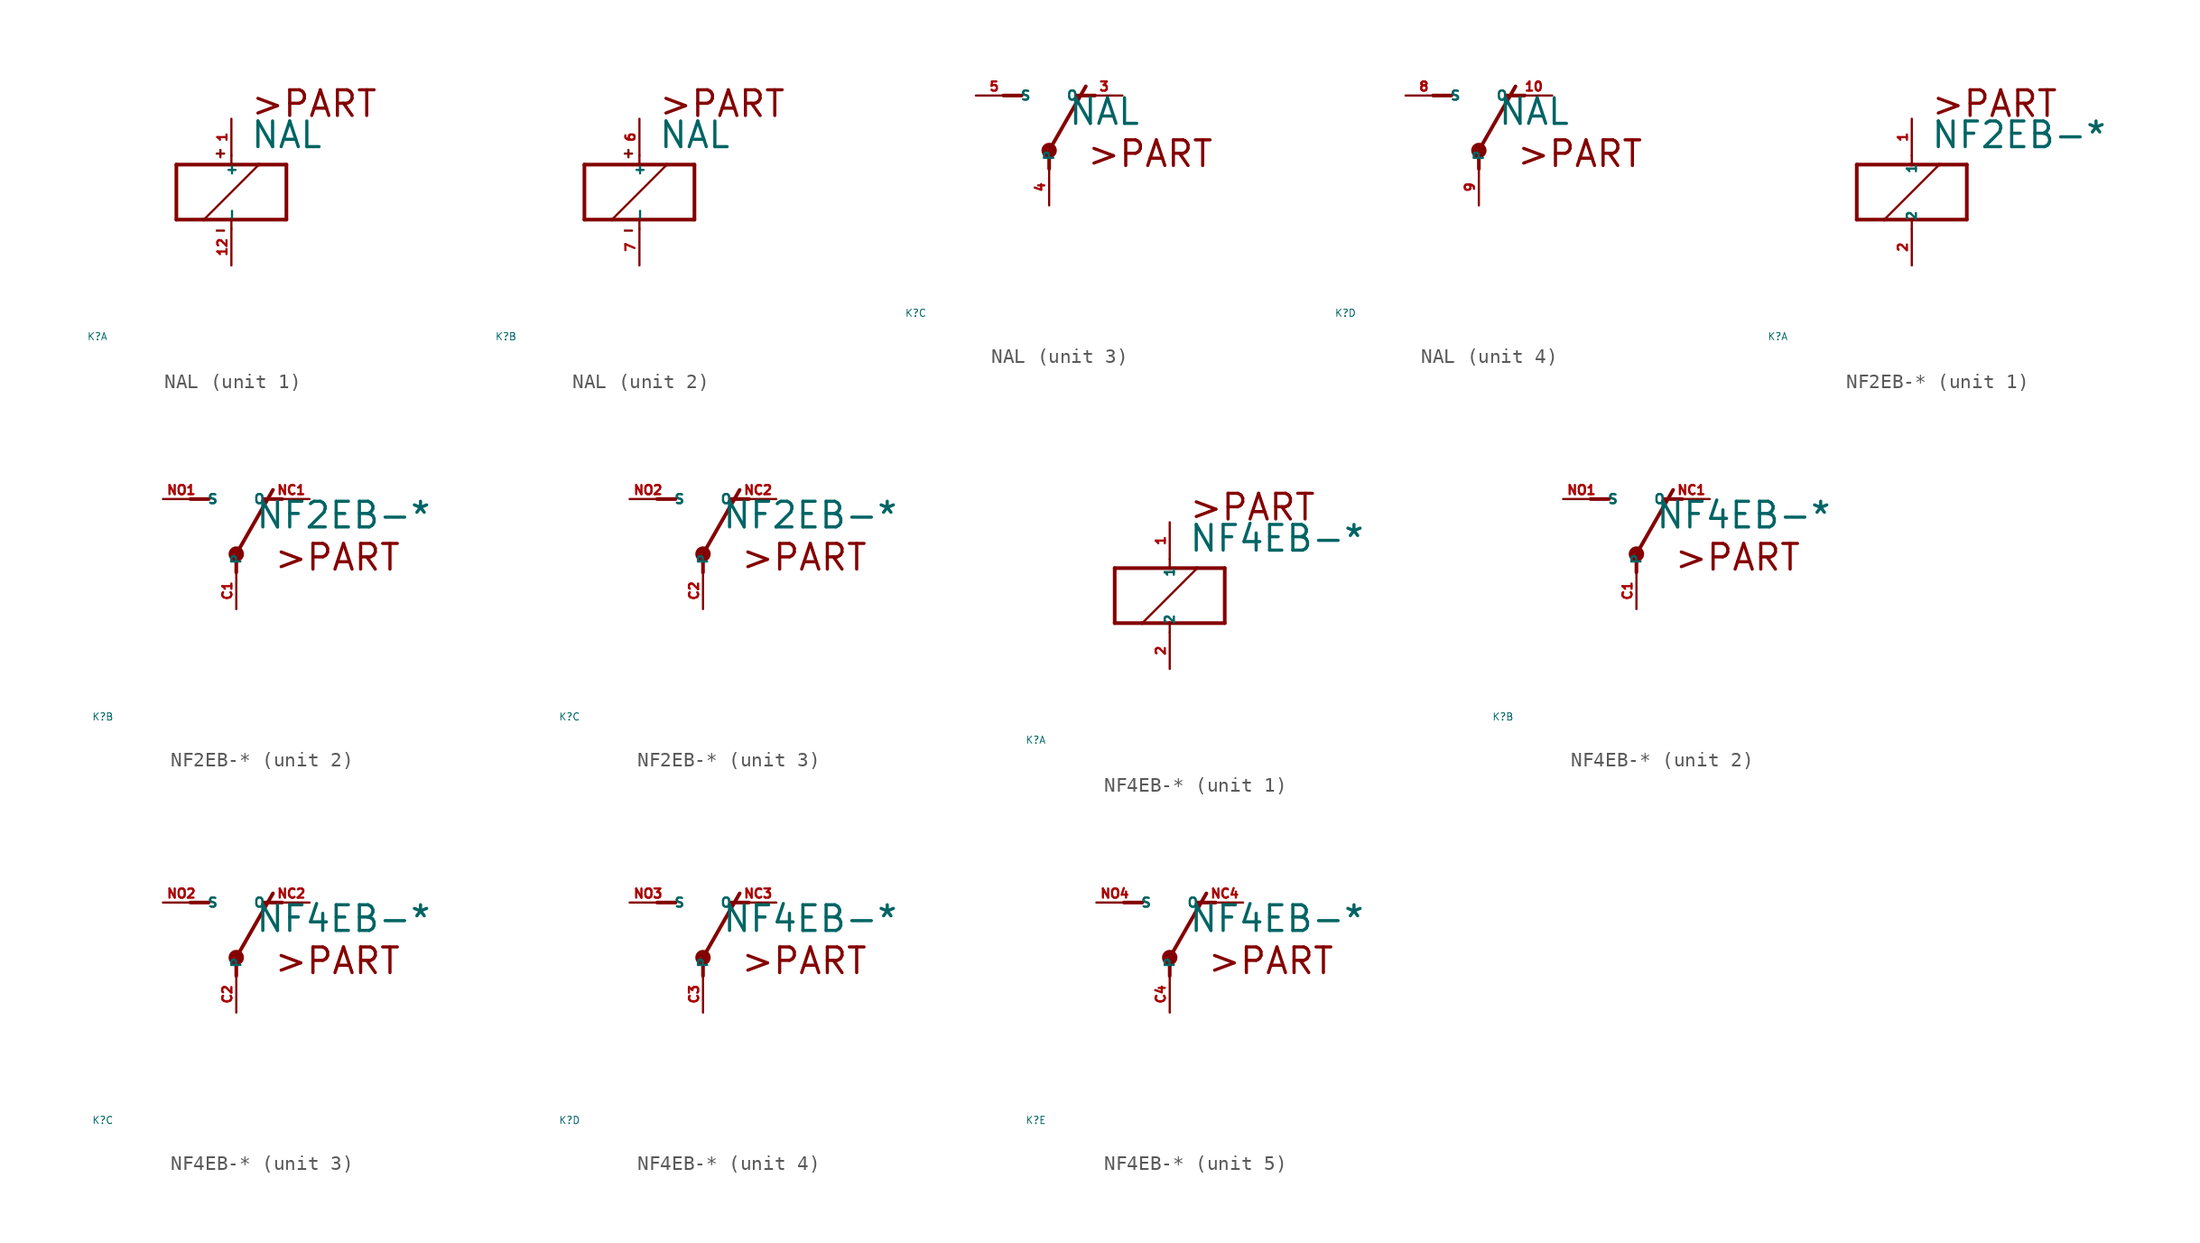
<source format=kicad_sym>
(kicad_symbol_lib
  (version 20220914)
  (generator Eagle2Kicad)
  (symbol "NAL"
    (property "Reference" "K"
      (at -10 -10 0)
      (effects (font (size 0.5 0.5) (thickness 0.06)) (justify left)))
    (property "Value" "NAL"
      (at 1.27 2.921 0)
      (effects (font (size 1.778 1.778) (thickness 0.22)) (justify left bottom)))
    (symbol "NAL_1_0"
      (polyline (pts (xy -3.81 -1.905) (xy -1.905 -1.905)) (stroke (width 0.254) (type default)) (fill (type none)))
      (polyline (pts (xy 3.81 -1.905) (xy 3.81 1.905)) (stroke (width 0.254) (type default)) (fill (type none)))
      (polyline (pts (xy 3.81 1.905) (xy 1.905 1.905)) (stroke (width 0.254) (type default)) (fill (type none)))
      (polyline (pts (xy -3.81 1.905) (xy -3.81 -1.905)) (stroke (width 0.254) (type default)) (fill (type none)))
      (polyline (pts (xy 0 -2.54) (xy 0 -1.905)) (stroke (width 0.152) (type default)) (fill (type none)))
      (polyline (pts (xy 0 -1.905) (xy 3.81 -1.905)) (stroke (width 0.254) (type default)) (fill (type none)))
      (polyline (pts (xy 0 2.54) (xy 0 1.905)) (stroke (width 0.152) (type default)) (fill (type none)))
      (polyline (pts (xy 0 1.905) (xy -3.81 1.905)) (stroke (width 0.254) (type default)) (fill (type none)))
      (polyline (pts (xy -1.905 -1.905) (xy 1.905 1.905)) (stroke (width 0.152) (type default)) (fill (type none)))
      (polyline (pts (xy -1.905 -1.905) (xy 0 -1.905)) (stroke (width 0.254) (type default)) (fill (type none)))
      (polyline (pts (xy 1.905 1.905) (xy 0 1.905)) (stroke (width 0.254) (type default)) (fill (type none)))
      (polyline (pts (xy -1.016 2.667) (xy -0.508 2.667)) (stroke (width 0.152) (type default)) (fill (type none)))
      (polyline (pts (xy -0.762 2.921) (xy -0.762 2.413)) (stroke (width 0.152) (type default)) (fill (type none)))
      (polyline (pts (xy -1.016 -2.667) (xy -0.508 -2.667)) (stroke (width 0.152) (type default)) (fill (type none)))
      (text ">PART" (at 1.27 5.08 0) (effects (font (size 1.778 1.778) (thickness 0.22)) (justify left bottom)))
      (pin passive line (at 0 -5.08 90) (length 2.54) (name "-" (effects (font (size 0.635 0.635) (thickness 0.08)) (justify left bottom))) (number "12" (effects (font (size 0.635 0.635) (thickness 0.08)) (justify left bottom))))
      (pin passive line (at 0 5.08 270) (length 2.54) (name "+" (effects (font (size 0.635 0.635) (thickness 0.08)) (justify left bottom))) (number "1" (effects (font (size 0.635 0.635) (thickness 0.08)) (justify left bottom)))))
    (symbol "NAL_2_0"
      (polyline (pts (xy -3.81 -1.905) (xy -1.905 -1.905)) (stroke (width 0.254) (type default)) (fill (type none)))
      (polyline (pts (xy 3.81 -1.905) (xy 3.81 1.905)) (stroke (width 0.254) (type default)) (fill (type none)))
      (polyline (pts (xy 3.81 1.905) (xy 1.905 1.905)) (stroke (width 0.254) (type default)) (fill (type none)))
      (polyline (pts (xy -3.81 1.905) (xy -3.81 -1.905)) (stroke (width 0.254) (type default)) (fill (type none)))
      (polyline (pts (xy 0 -2.54) (xy 0 -1.905)) (stroke (width 0.152) (type default)) (fill (type none)))
      (polyline (pts (xy 0 -1.905) (xy 3.81 -1.905)) (stroke (width 0.254) (type default)) (fill (type none)))
      (polyline (pts (xy 0 2.54) (xy 0 1.905)) (stroke (width 0.152) (type default)) (fill (type none)))
      (polyline (pts (xy 0 1.905) (xy -3.81 1.905)) (stroke (width 0.254) (type default)) (fill (type none)))
      (polyline (pts (xy -1.905 -1.905) (xy 1.905 1.905)) (stroke (width 0.152) (type default)) (fill (type none)))
      (polyline (pts (xy -1.905 -1.905) (xy 0 -1.905)) (stroke (width 0.254) (type default)) (fill (type none)))
      (polyline (pts (xy 1.905 1.905) (xy 0 1.905)) (stroke (width 0.254) (type default)) (fill (type none)))
      (polyline (pts (xy -1.016 2.667) (xy -0.508 2.667)) (stroke (width 0.152) (type default)) (fill (type none)))
      (polyline (pts (xy -0.762 2.921) (xy -0.762 2.413)) (stroke (width 0.152) (type default)) (fill (type none)))
      (polyline (pts (xy -1.016 -2.667) (xy -0.508 -2.667)) (stroke (width 0.152) (type default)) (fill (type none)))
      (text ">PART" (at 1.27 5.08 0) (effects (font (size 1.778 1.778) (thickness 0.22)) (justify left bottom)))
      (pin passive line (at 0 -5.08 90) (length 2.54) (name "-" (effects (font (size 0.635 0.635) (thickness 0.08)) (justify left bottom))) (number "7" (effects (font (size 0.635 0.635) (thickness 0.08)) (justify left bottom))))
      (pin passive line (at 0 5.08 270) (length 2.54) (name "+" (effects (font (size 0.635 0.635) (thickness 0.08)) (justify left bottom))) (number "6" (effects (font (size 0.635 0.635) (thickness 0.08)) (justify left bottom)))))
    (symbol "NAL_3_0"
      (polyline (pts (xy 3.175 5.08) (xy 1.905 5.08)) (stroke (width 0.254) (type default)) (fill (type none)))
      (polyline (pts (xy -3.175 5.08) (xy -1.905 5.08)) (stroke (width 0.254) (type default)) (fill (type none)))
      (polyline (pts (xy 0 1.27) (xy 2.54 5.715)) (stroke (width 0.254) (type default)) (fill (type none)))
      (polyline (pts (xy 0 1.27) (xy 0 0)) (stroke (width 0.254) (type default)) (fill (type none)))
      (text ">PART" (at 2.54 0 0) (effects (font (size 1.778 1.778) (thickness 0.22)) (justify left bottom)))
      (circle (center 0 1.27) (radius 0.127) (stroke (width 0.406) (type default)) (fill (type none)))
      (pin passive line (at 5.08 5.08 180) (length 2.54) (name "O" (effects (font (size 0.635 0.635) (thickness 0.08)) (justify left bottom))) (number "3" (effects (font (size 0.635 0.635) (thickness 0.08)) (justify left bottom))))
      (pin passive line (at -5.08 5.08 0) (length 2.54) (name "S" (effects (font (size 0.635 0.635) (thickness 0.08)) (justify left bottom))) (number "5" (effects (font (size 0.635 0.635) (thickness 0.08)) (justify left bottom))))
      (pin passive line (at 0 -2.54 90) (length 2.54) (name "P" (effects (font (size 0.635 0.635) (thickness 0.08)) (justify left bottom))) (number "4" (effects (font (size 0.635 0.635) (thickness 0.08)) (justify left bottom)))))
    (symbol "NAL_4_0"
      (polyline (pts (xy 3.175 5.08) (xy 1.905 5.08)) (stroke (width 0.254) (type default)) (fill (type none)))
      (polyline (pts (xy -3.175 5.08) (xy -1.905 5.08)) (stroke (width 0.254) (type default)) (fill (type none)))
      (polyline (pts (xy 0 1.27) (xy 2.54 5.715)) (stroke (width 0.254) (type default)) (fill (type none)))
      (polyline (pts (xy 0 1.27) (xy 0 0)) (stroke (width 0.254) (type default)) (fill (type none)))
      (text ">PART" (at 2.54 0 0) (effects (font (size 1.778 1.778) (thickness 0.22)) (justify left bottom)))
      (circle (center 0 1.27) (radius 0.127) (stroke (width 0.406) (type default)) (fill (type none)))
      (pin passive line (at 5.08 5.08 180) (length 2.54) (name "O" (effects (font (size 0.635 0.635) (thickness 0.08)) (justify left bottom))) (number "10" (effects (font (size 0.635 0.635) (thickness 0.08)) (justify left bottom))))
      (pin passive line (at -5.08 5.08 0) (length 2.54) (name "S" (effects (font (size 0.635 0.635) (thickness 0.08)) (justify left bottom))) (number "8" (effects (font (size 0.635 0.635) (thickness 0.08)) (justify left bottom))))
      (pin passive line (at 0 -2.54 90) (length 2.54) (name "P" (effects (font (size 0.635 0.635) (thickness 0.08)) (justify left bottom))) (number "9" (effects (font (size 0.635 0.635) (thickness 0.08)) (justify left bottom))))))
  (symbol "NF2EB-*"
    (property "Reference" "K"
      (at -10 -10 0)
      (effects (font (size 0.5 0.5) (thickness 0.06)) (justify left)))
    (property "Value" "NF2EB-*"
      (at 1.27 2.921 0)
      (effects (font (size 1.778 1.778) (thickness 0.22)) (justify left bottom)))
    (symbol "NF2EB-*_1_0"
      (polyline (pts (xy -3.81 -1.905) (xy -1.905 -1.905)) (stroke (width 0.254) (type default)) (fill (type none)))
      (polyline (pts (xy 3.81 -1.905) (xy 3.81 1.905)) (stroke (width 0.254) (type default)) (fill (type none)))
      (polyline (pts (xy 3.81 1.905) (xy 1.905 1.905)) (stroke (width 0.254) (type default)) (fill (type none)))
      (polyline (pts (xy -3.81 1.905) (xy -3.81 -1.905)) (stroke (width 0.254) (type default)) (fill (type none)))
      (polyline (pts (xy 0 -2.54) (xy 0 -1.905)) (stroke (width 0.152) (type default)) (fill (type none)))
      (polyline (pts (xy 0 -1.905) (xy 3.81 -1.905)) (stroke (width 0.254) (type default)) (fill (type none)))
      (polyline (pts (xy 0 2.54) (xy 0 1.905)) (stroke (width 0.152) (type default)) (fill (type none)))
      (polyline (pts (xy 0 1.905) (xy -3.81 1.905)) (stroke (width 0.254) (type default)) (fill (type none)))
      (polyline (pts (xy -1.905 -1.905) (xy 1.905 1.905)) (stroke (width 0.152) (type default)) (fill (type none)))
      (polyline (pts (xy -1.905 -1.905) (xy 0 -1.905)) (stroke (width 0.254) (type default)) (fill (type none)))
      (polyline (pts (xy 1.905 1.905) (xy 0 1.905)) (stroke (width 0.254) (type default)) (fill (type none)))
      (text ">PART" (at 1.27 5.08 0) (effects (font (size 1.778 1.778) (thickness 0.22)) (justify left bottom)))
      (pin passive line (at 0 -5.08 90) (length 2.54) (name "2" (effects (font (size 0.635 0.635) (thickness 0.08)) (justify left bottom))) (number "2" (effects (font (size 0.635 0.635) (thickness 0.08)) (justify left bottom))))
      (pin passive line (at 0 5.08 270) (length 2.54) (name "1" (effects (font (size 0.635 0.635) (thickness 0.08)) (justify left bottom))) (number "1" (effects (font (size 0.635 0.635) (thickness 0.08)) (justify left bottom)))))
    (symbol "NF2EB-*_2_0"
      (polyline (pts (xy 3.175 5.08) (xy 1.905 5.08)) (stroke (width 0.254) (type default)) (fill (type none)))
      (polyline (pts (xy -3.175 5.08) (xy -1.905 5.08)) (stroke (width 0.254) (type default)) (fill (type none)))
      (polyline (pts (xy 0 1.27) (xy 2.54 5.715)) (stroke (width 0.254) (type default)) (fill (type none)))
      (polyline (pts (xy 0 1.27) (xy 0 0)) (stroke (width 0.254) (type default)) (fill (type none)))
      (text ">PART" (at 2.54 0 0) (effects (font (size 1.778 1.778) (thickness 0.22)) (justify left bottom)))
      (circle (center 0 1.27) (radius 0.127) (stroke (width 0.406) (type default)) (fill (type none)))
      (pin passive line (at 5.08 5.08 180) (length 2.54) (name "O" (effects (font (size 0.635 0.635) (thickness 0.08)) (justify left bottom))) (number "NC1" (effects (font (size 0.635 0.635) (thickness 0.08)) (justify left bottom))))
      (pin passive line (at -5.08 5.08 0) (length 2.54) (name "S" (effects (font (size 0.635 0.635) (thickness 0.08)) (justify left bottom))) (number "NO1" (effects (font (size 0.635 0.635) (thickness 0.08)) (justify left bottom))))
      (pin passive line (at 0 -2.54 90) (length 2.54) (name "P" (effects (font (size 0.635 0.635) (thickness 0.08)) (justify left bottom))) (number "C1" (effects (font (size 0.635 0.635) (thickness 0.08)) (justify left bottom)))))
    (symbol "NF2EB-*_3_0"
      (polyline (pts (xy 3.175 5.08) (xy 1.905 5.08)) (stroke (width 0.254) (type default)) (fill (type none)))
      (polyline (pts (xy -3.175 5.08) (xy -1.905 5.08)) (stroke (width 0.254) (type default)) (fill (type none)))
      (polyline (pts (xy 0 1.27) (xy 2.54 5.715)) (stroke (width 0.254) (type default)) (fill (type none)))
      (polyline (pts (xy 0 1.27) (xy 0 0)) (stroke (width 0.254) (type default)) (fill (type none)))
      (text ">PART" (at 2.54 0 0) (effects (font (size 1.778 1.778) (thickness 0.22)) (justify left bottom)))
      (circle (center 0 1.27) (radius 0.127) (stroke (width 0.406) (type default)) (fill (type none)))
      (pin passive line (at 5.08 5.08 180) (length 2.54) (name "O" (effects (font (size 0.635 0.635) (thickness 0.08)) (justify left bottom))) (number "NC2" (effects (font (size 0.635 0.635) (thickness 0.08)) (justify left bottom))))
      (pin passive line (at -5.08 5.08 0) (length 2.54) (name "S" (effects (font (size 0.635 0.635) (thickness 0.08)) (justify left bottom))) (number "NO2" (effects (font (size 0.635 0.635) (thickness 0.08)) (justify left bottom))))
      (pin passive line (at 0 -2.54 90) (length 2.54) (name "P" (effects (font (size 0.635 0.635) (thickness 0.08)) (justify left bottom))) (number "C2" (effects (font (size 0.635 0.635) (thickness 0.08)) (justify left bottom))))))
  (symbol "NF4EB-*"
    (property "Reference" "K"
      (at -10 -10 0)
      (effects (font (size 0.5 0.5) (thickness 0.06)) (justify left)))
    (property "Value" "NF4EB-*"
      (at 1.27 2.921 0)
      (effects (font (size 1.778 1.778) (thickness 0.22)) (justify left bottom)))
    (symbol "NF4EB-*_1_0"
      (polyline (pts (xy -3.81 -1.905) (xy -1.905 -1.905)) (stroke (width 0.254) (type default)) (fill (type none)))
      (polyline (pts (xy 3.81 -1.905) (xy 3.81 1.905)) (stroke (width 0.254) (type default)) (fill (type none)))
      (polyline (pts (xy 3.81 1.905) (xy 1.905 1.905)) (stroke (width 0.254) (type default)) (fill (type none)))
      (polyline (pts (xy -3.81 1.905) (xy -3.81 -1.905)) (stroke (width 0.254) (type default)) (fill (type none)))
      (polyline (pts (xy 0 -2.54) (xy 0 -1.905)) (stroke (width 0.152) (type default)) (fill (type none)))
      (polyline (pts (xy 0 -1.905) (xy 3.81 -1.905)) (stroke (width 0.254) (type default)) (fill (type none)))
      (polyline (pts (xy 0 2.54) (xy 0 1.905)) (stroke (width 0.152) (type default)) (fill (type none)))
      (polyline (pts (xy 0 1.905) (xy -3.81 1.905)) (stroke (width 0.254) (type default)) (fill (type none)))
      (polyline (pts (xy -1.905 -1.905) (xy 1.905 1.905)) (stroke (width 0.152) (type default)) (fill (type none)))
      (polyline (pts (xy -1.905 -1.905) (xy 0 -1.905)) (stroke (width 0.254) (type default)) (fill (type none)))
      (polyline (pts (xy 1.905 1.905) (xy 0 1.905)) (stroke (width 0.254) (type default)) (fill (type none)))
      (text ">PART" (at 1.27 5.08 0) (effects (font (size 1.778 1.778) (thickness 0.22)) (justify left bottom)))
      (pin passive line (at 0 -5.08 90) (length 2.54) (name "2" (effects (font (size 0.635 0.635) (thickness 0.08)) (justify left bottom))) (number "2" (effects (font (size 0.635 0.635) (thickness 0.08)) (justify left bottom))))
      (pin passive line (at 0 5.08 270) (length 2.54) (name "1" (effects (font (size 0.635 0.635) (thickness 0.08)) (justify left bottom))) (number "1" (effects (font (size 0.635 0.635) (thickness 0.08)) (justify left bottom)))))
    (symbol "NF4EB-*_2_0"
      (polyline (pts (xy 3.175 5.08) (xy 1.905 5.08)) (stroke (width 0.254) (type default)) (fill (type none)))
      (polyline (pts (xy -3.175 5.08) (xy -1.905 5.08)) (stroke (width 0.254) (type default)) (fill (type none)))
      (polyline (pts (xy 0 1.27) (xy 2.54 5.715)) (stroke (width 0.254) (type default)) (fill (type none)))
      (polyline (pts (xy 0 1.27) (xy 0 0)) (stroke (width 0.254) (type default)) (fill (type none)))
      (text ">PART" (at 2.54 0 0) (effects (font (size 1.778 1.778) (thickness 0.22)) (justify left bottom)))
      (circle (center 0 1.27) (radius 0.127) (stroke (width 0.406) (type default)) (fill (type none)))
      (pin passive line (at 5.08 5.08 180) (length 2.54) (name "O" (effects (font (size 0.635 0.635) (thickness 0.08)) (justify left bottom))) (number "NC1" (effects (font (size 0.635 0.635) (thickness 0.08)) (justify left bottom))))
      (pin passive line (at -5.08 5.08 0) (length 2.54) (name "S" (effects (font (size 0.635 0.635) (thickness 0.08)) (justify left bottom))) (number "NO1" (effects (font (size 0.635 0.635) (thickness 0.08)) (justify left bottom))))
      (pin passive line (at 0 -2.54 90) (length 2.54) (name "P" (effects (font (size 0.635 0.635) (thickness 0.08)) (justify left bottom))) (number "C1" (effects (font (size 0.635 0.635) (thickness 0.08)) (justify left bottom)))))
    (symbol "NF4EB-*_3_0"
      (polyline (pts (xy 3.175 5.08) (xy 1.905 5.08)) (stroke (width 0.254) (type default)) (fill (type none)))
      (polyline (pts (xy -3.175 5.08) (xy -1.905 5.08)) (stroke (width 0.254) (type default)) (fill (type none)))
      (polyline (pts (xy 0 1.27) (xy 2.54 5.715)) (stroke (width 0.254) (type default)) (fill (type none)))
      (polyline (pts (xy 0 1.27) (xy 0 0)) (stroke (width 0.254) (type default)) (fill (type none)))
      (text ">PART" (at 2.54 0 0) (effects (font (size 1.778 1.778) (thickness 0.22)) (justify left bottom)))
      (circle (center 0 1.27) (radius 0.127) (stroke (width 0.406) (type default)) (fill (type none)))
      (pin passive line (at 5.08 5.08 180) (length 2.54) (name "O" (effects (font (size 0.635 0.635) (thickness 0.08)) (justify left bottom))) (number "NC2" (effects (font (size 0.635 0.635) (thickness 0.08)) (justify left bottom))))
      (pin passive line (at -5.08 5.08 0) (length 2.54) (name "S" (effects (font (size 0.635 0.635) (thickness 0.08)) (justify left bottom))) (number "NO2" (effects (font (size 0.635 0.635) (thickness 0.08)) (justify left bottom))))
      (pin passive line (at 0 -2.54 90) (length 2.54) (name "P" (effects (font (size 0.635 0.635) (thickness 0.08)) (justify left bottom))) (number "C2" (effects (font (size 0.635 0.635) (thickness 0.08)) (justify left bottom)))))
    (symbol "NF4EB-*_4_0"
      (polyline (pts (xy 3.175 5.08) (xy 1.905 5.08)) (stroke (width 0.254) (type default)) (fill (type none)))
      (polyline (pts (xy -3.175 5.08) (xy -1.905 5.08)) (stroke (width 0.254) (type default)) (fill (type none)))
      (polyline (pts (xy 0 1.27) (xy 2.54 5.715)) (stroke (width 0.254) (type default)) (fill (type none)))
      (polyline (pts (xy 0 1.27) (xy 0 0)) (stroke (width 0.254) (type default)) (fill (type none)))
      (text ">PART" (at 2.54 0 0) (effects (font (size 1.778 1.778) (thickness 0.22)) (justify left bottom)))
      (circle (center 0 1.27) (radius 0.127) (stroke (width 0.406) (type default)) (fill (type none)))
      (pin passive line (at 5.08 5.08 180) (length 2.54) (name "O" (effects (font (size 0.635 0.635) (thickness 0.08)) (justify left bottom))) (number "NC3" (effects (font (size 0.635 0.635) (thickness 0.08)) (justify left bottom))))
      (pin passive line (at -5.08 5.08 0) (length 2.54) (name "S" (effects (font (size 0.635 0.635) (thickness 0.08)) (justify left bottom))) (number "NO3" (effects (font (size 0.635 0.635) (thickness 0.08)) (justify left bottom))))
      (pin passive line (at 0 -2.54 90) (length 2.54) (name "P" (effects (font (size 0.635 0.635) (thickness 0.08)) (justify left bottom))) (number "C3" (effects (font (size 0.635 0.635) (thickness 0.08)) (justify left bottom)))))
    (symbol "NF4EB-*_5_0"
      (polyline (pts (xy 3.175 5.08) (xy 1.905 5.08)) (stroke (width 0.254) (type default)) (fill (type none)))
      (polyline (pts (xy -3.175 5.08) (xy -1.905 5.08)) (stroke (width 0.254) (type default)) (fill (type none)))
      (polyline (pts (xy 0 1.27) (xy 2.54 5.715)) (stroke (width 0.254) (type default)) (fill (type none)))
      (polyline (pts (xy 0 1.27) (xy 0 0)) (stroke (width 0.254) (type default)) (fill (type none)))
      (text ">PART" (at 2.54 0 0) (effects (font (size 1.778 1.778) (thickness 0.22)) (justify left bottom)))
      (circle (center 0 1.27) (radius 0.127) (stroke (width 0.406) (type default)) (fill (type none)))
      (pin passive line (at 5.08 5.08 180) (length 2.54) (name "O" (effects (font (size 0.635 0.635) (thickness 0.08)) (justify left bottom))) (number "NC4" (effects (font (size 0.635 0.635) (thickness 0.08)) (justify left bottom))))
      (pin passive line (at -5.08 5.08 0) (length 2.54) (name "S" (effects (font (size 0.635 0.635) (thickness 0.08)) (justify left bottom))) (number "NO4" (effects (font (size 0.635 0.635) (thickness 0.08)) (justify left bottom))))
      (pin passive line (at 0 -2.54 90) (length 2.54) (name "P" (effects (font (size 0.635 0.635) (thickness 0.08)) (justify left bottom))) (number "C4" (effects (font (size 0.635 0.635) (thickness 0.08)) (justify left bottom)))))))
</source>
